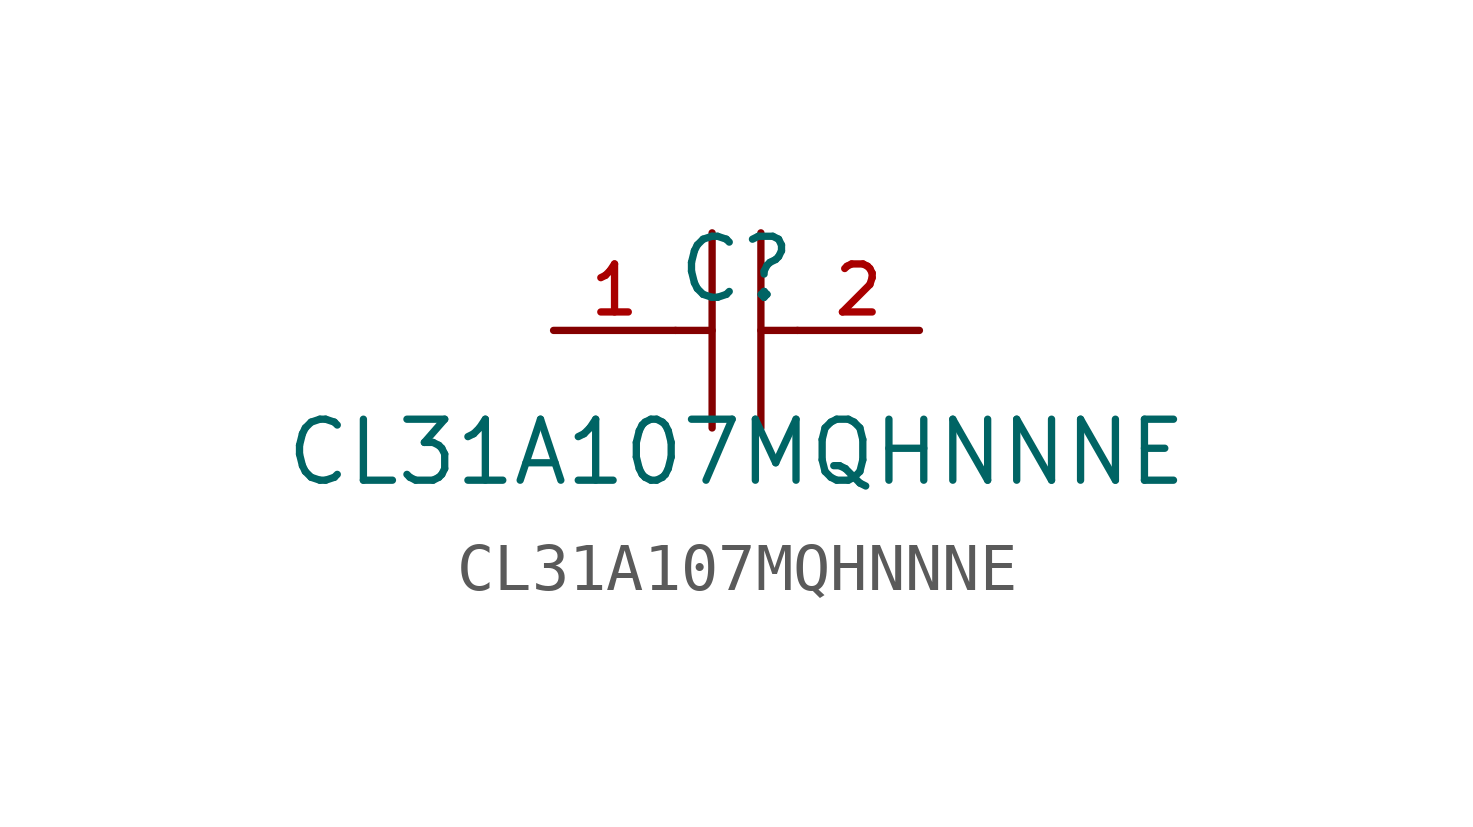
<source format=kicad_sym>
(kicad_symbol_lib
  (version 20220914)
  (generator kicad_symbol_editor)
  (symbol "CL31A107MQHNNNE"
    (pin_names hide)
    (property "Reference" "C"
      (at 0 1.27 0)
      (effects (font (size 1.27 1.27))))
    (property "Value" "CL31A107MQHNNNE"
      (at 0 -2.54 0)
      (effects (font (size 1.27 1.27))))
    (symbol "CL31A107MQHNNNE_0_1"
      (polyline (pts (xy -1.27 0) (xy -0.508 0)) (stroke (width 0) (type default)) (fill (type none)))
      (polyline (pts (xy -0.508 2.032) (xy -0.508 -2.032)) (stroke (width 0) (type default)) (fill (type none)))
      (polyline (pts (xy 0.508 0) (xy 1.27 0)) (stroke (width 0) (type default)) (fill (type none)))
      (polyline (pts (xy 0.508 2.032) (xy 0.508 -2.032)) (stroke (width 0) (type default)) (fill (type none)))
      (pin input line (at -3.81 0 0) (length 2.54) (name "1" (effects (font (size 1 1)))) (number "1" (effects (font (size 1 1)))))
      (pin input line (at 3.81 0 180) (length 2.54) (name "2" (effects (font (size 1 1)))) (number "2" (effects (font (size 1 1))))))))
</source>
